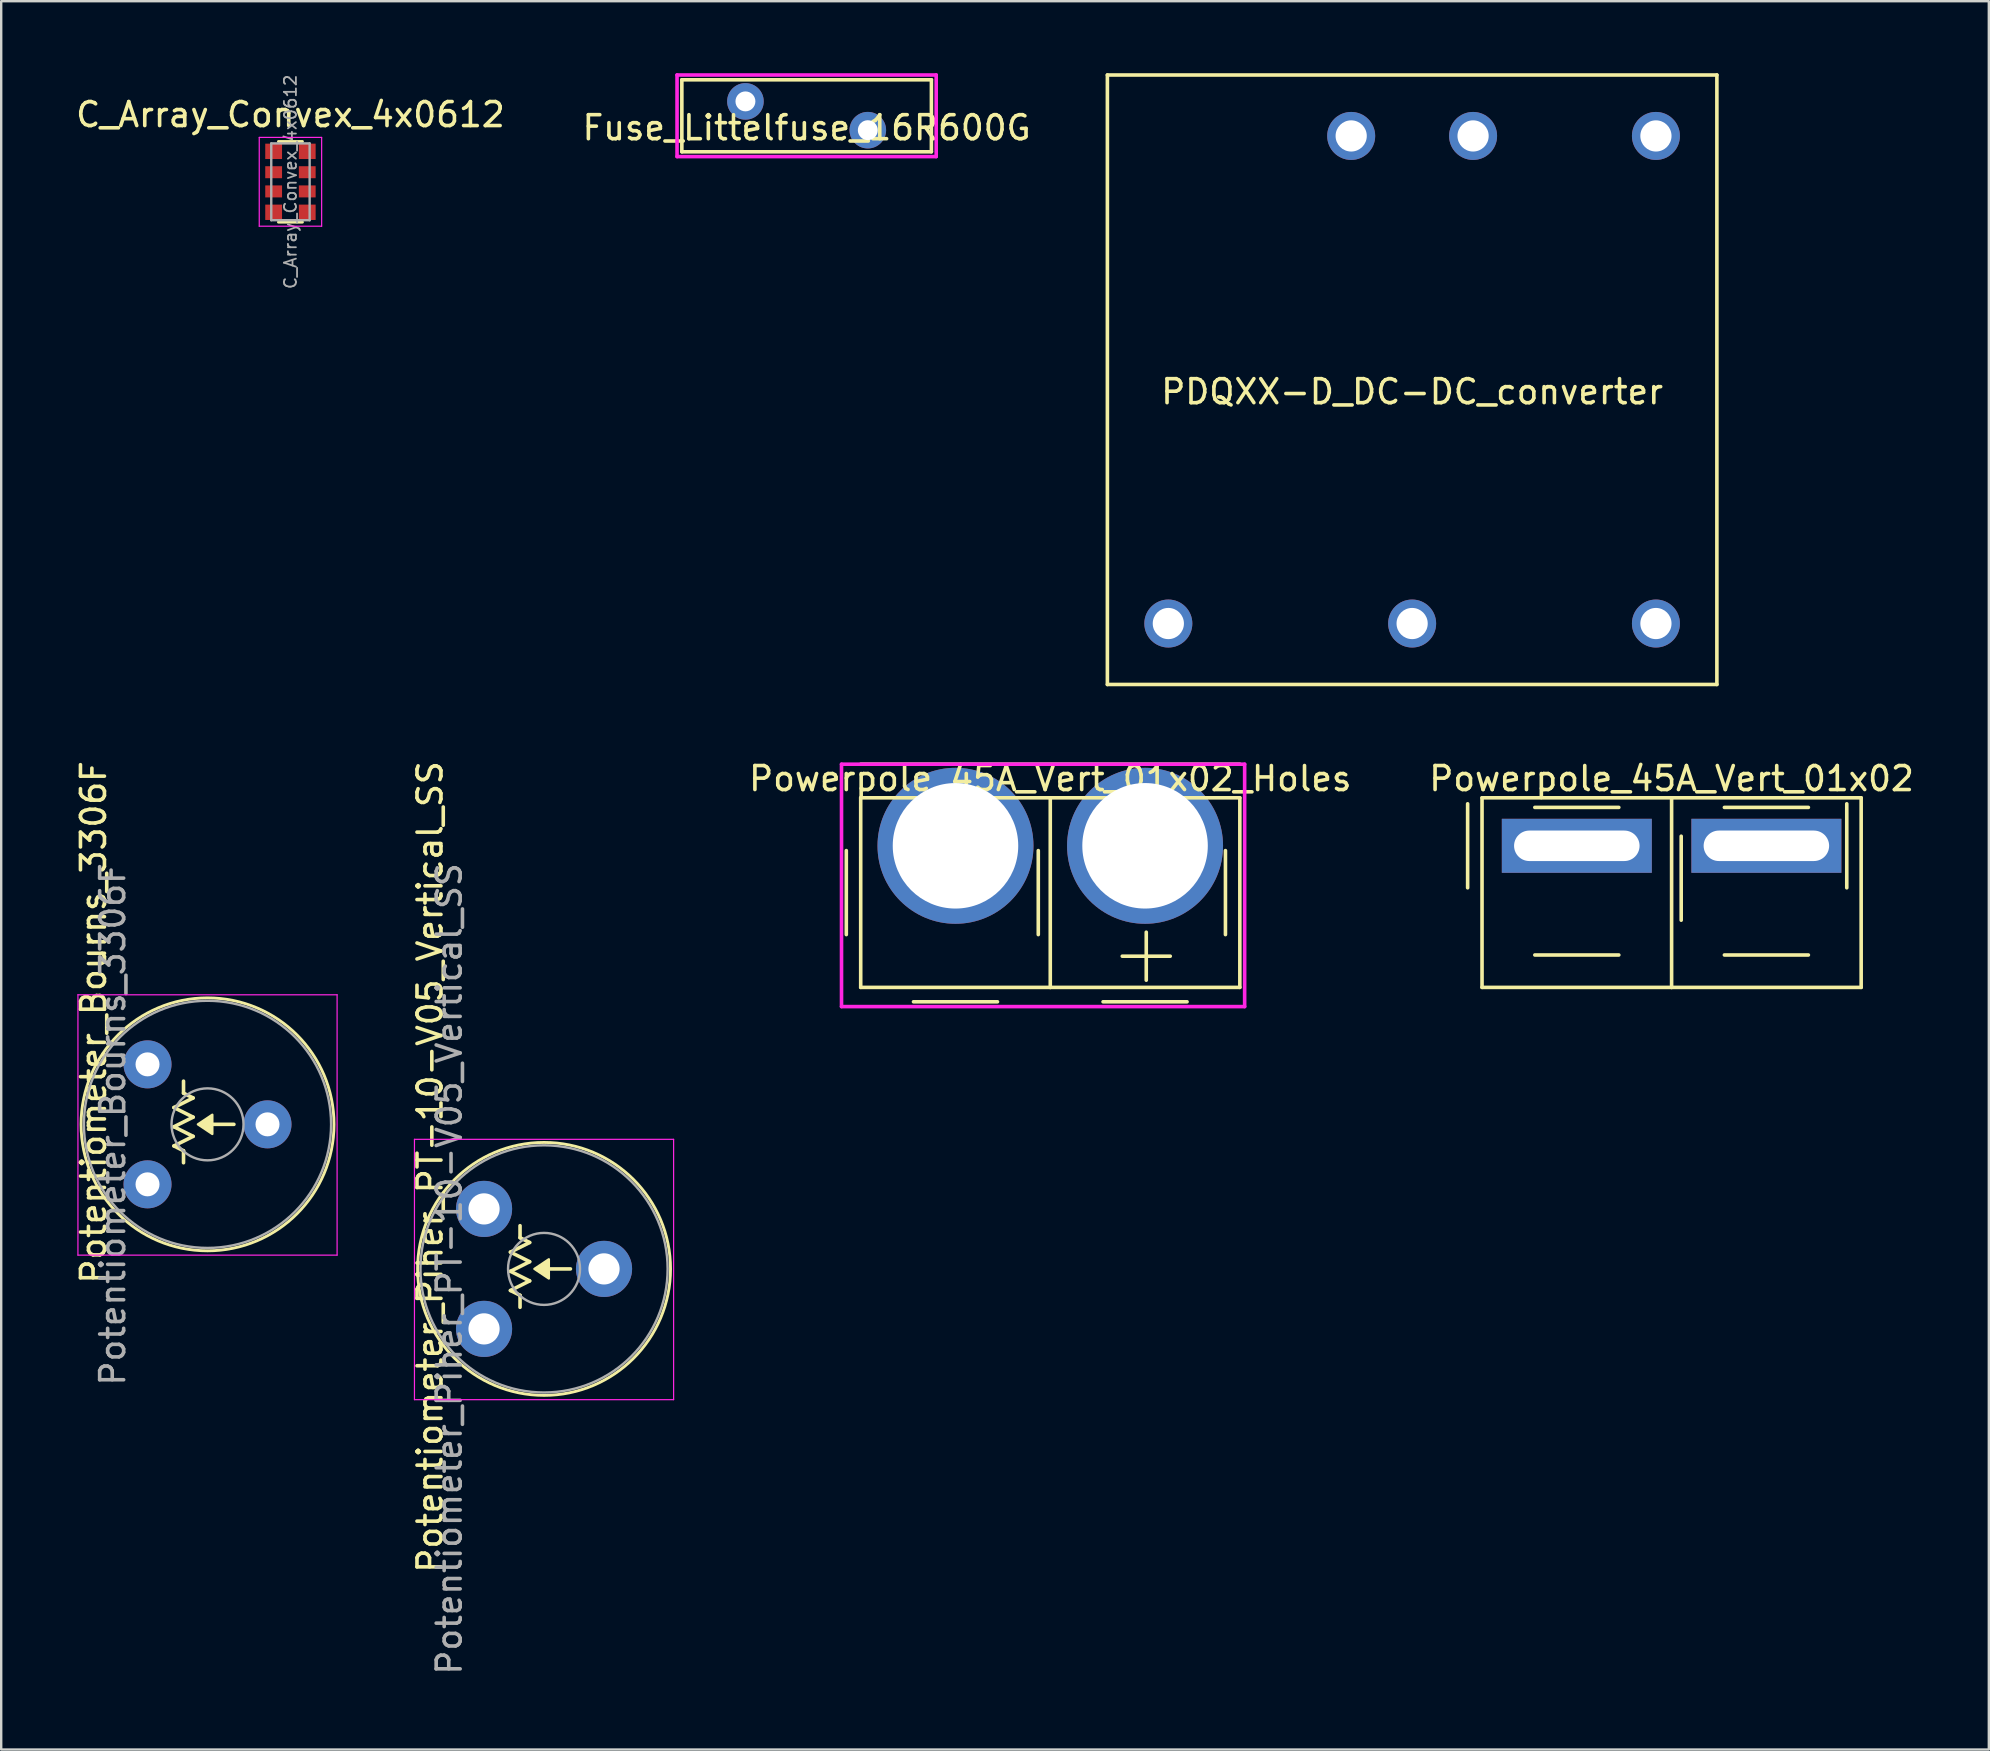
<source format=kicad_pcb>
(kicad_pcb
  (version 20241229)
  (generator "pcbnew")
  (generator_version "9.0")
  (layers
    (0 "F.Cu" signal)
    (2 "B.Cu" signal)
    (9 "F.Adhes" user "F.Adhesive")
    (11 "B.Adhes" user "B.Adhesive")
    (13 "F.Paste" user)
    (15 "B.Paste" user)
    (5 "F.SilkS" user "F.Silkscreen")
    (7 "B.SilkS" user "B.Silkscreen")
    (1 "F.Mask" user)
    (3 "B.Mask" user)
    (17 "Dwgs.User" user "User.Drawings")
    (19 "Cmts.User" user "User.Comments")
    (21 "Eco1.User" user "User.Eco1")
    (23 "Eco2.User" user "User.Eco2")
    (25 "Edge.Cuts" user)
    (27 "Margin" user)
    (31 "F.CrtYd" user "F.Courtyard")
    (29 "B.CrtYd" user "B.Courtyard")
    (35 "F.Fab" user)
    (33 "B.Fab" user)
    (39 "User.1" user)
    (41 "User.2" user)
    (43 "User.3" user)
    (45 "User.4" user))
  (footprint "PDQXX-D_DC-DC_converter"
    (layer "F.Cu")
    (at 55.799 12.775)
    (property "Reference" "PDQXX-D_DC-DC_converter" (at 0 0.5 0) (layer "F.SilkS") (effects (font (size 1 1) (thickness 0.15))))
    (attr through_hole)
    (fp_line (start -12.7 -12.7) (end 12.7 -12.7) (stroke (width 0.15) (type solid)) (layer "F.SilkS"))
    (fp_line (start -12.7 12.7) (end -12.7 -12.7) (stroke (width 0.15) (type solid)) (layer "F.SilkS"))
    (fp_line (start 12.7 -12.7) (end 12.7 12.7) (stroke (width 0.15) (type solid)) (layer "F.SilkS"))
    (fp_line (start 12.7 12.7) (end -12.7 12.7) (stroke (width 0.15) (type solid)) (layer "F.SilkS"))
    (pad "1" thru_hole circle (at -2.54 -10.16) (size 2 2) (drill 1.3) (layers "*.Cu" "*.Mask"))
    (pad "2" thru_hole circle (at 2.54 -10.16) (size 2 2) (drill 1.3) (layers "*.Cu" "*.Mask"))
    (pad "3" thru_hole circle (at -10.16 10.16) (size 2 2) (drill 1.3) (layers "*.Cu" "*.Mask"))
    (pad "4" thru_hole circle (at 0 10.16) (size 2 2) (drill 1.3) (layers "*.Cu" "*.Mask"))
    (pad "5" thru_hole circle (at 10.16 10.16) (size 2 2) (drill 1.3) (layers "*.Cu" "*.Mask"))
    (pad "6" thru_hole circle (at 10.16 -10.16) (size 2 2) (drill 1.3) (layers "*.Cu" "*.Mask")))
  (footprint "Powerpole_45A_Vert_01x02_Holes"
    (layer "F.Cu")
    (at 40.719 32.198)
    (property "Reference" "Powerpole_45A_Vert_01x02_Holes" (at 0 -2.8 0) (layer "F.SilkS") (effects (font (size 1 1) (thickness 0.15))))
    (attr through_hole)
    (fp_line (start -8.5 0.2) (end -8.5 3.7) (stroke (width 0.15) (type solid)) (layer "F.SilkS"))
    (fp_line (start -7.9 -3.4) (end 7.9 -3.4) (stroke (width 0.15) (type solid)) (layer "F.SilkS"))
    (fp_line (start -7.9 -2) (end -7.9 5.9) (stroke (width 0.15) (type solid)) (layer "F.SilkS"))
    (fp_line (start -7.9 -2) (end 0 -2) (stroke (width 0.15) (type solid)) (layer "F.SilkS"))
    (fp_line (start -7.9 5.9) (end 0 5.9) (stroke (width 0.15) (type solid)) (layer "F.SilkS"))
    (fp_line (start -5.7 -1.6) (end -2.2 -1.6) (stroke (width 0.15) (type solid)) (layer "F.SilkS"))
    (fp_line (start -5.7 6.5) (end -2.2 6.5) (stroke (width 0.15) (type solid)) (layer "F.SilkS"))
    (fp_line (start -0.5 0.2) (end -0.5 3.7) (stroke (width 0.15) (type solid)) (layer "F.SilkS"))
    (fp_line (start 0 -2) (end 0 5.9) (stroke (width 0.15) (type solid)) (layer "F.SilkS"))
    (fp_line (start 0 -2) (end 7.9 -2) (stroke (width 0.15) (type solid)) (layer "F.SilkS"))
    (fp_line (start 0 5.9) (end 7.9 5.9) (stroke (width 0.15) (type solid)) (layer "F.SilkS"))
    (fp_line (start 2.2 -1.6) (end 5.7 -1.6) (stroke (width 0.15) (type solid)) (layer "F.SilkS"))
    (fp_line (start 2.2 6.5) (end 5.7 6.5) (stroke (width 0.15) (type solid)) (layer "F.SilkS"))
    (fp_line (start 3 4.6) (end 5 4.6) (stroke (width 0.15) (type solid)) (layer "F.SilkS"))
    (fp_line (start 4 3.6) (end 4 5.6) (stroke (width 0.15) (type solid)) (layer "F.SilkS"))
    (fp_line (start 7.3 0.2) (end 7.3 3.7) (stroke (width 0.15) (type solid)) (layer "F.SilkS"))
    (fp_line (start 7.9 -2) (end 7.9 5.9) (stroke (width 0.15) (type solid)) (layer "F.SilkS"))
    (fp_line (start -8.7 -3.4) (end 8.1 -3.4) (stroke (width 0.15) (type solid)) (layer "F.CrtYd"))
    (fp_line (start -8.7 6.7) (end -8.7 -3.4) (stroke (width 0.15) (type solid)) (layer "F.CrtYd"))
    (fp_line (start 8.1 -3.4) (end 8.1 6.7) (stroke (width 0.15) (type solid)) (layer "F.CrtYd"))
    (fp_line (start 8.1 6.7) (end -8.7 6.7) (stroke (width 0.15) (type solid)) (layer "F.CrtYd"))
    (pad "1" thru_hole circle (at -3.95 0) (size 6.5 6.5) (drill 5.23) (layers "*.Cu" "*.Mask"))
    (pad "2" thru_hole circle (at 3.95 0) (size 6.5 6.5) (drill 5.23) (layers "*.Cu" "*.Mask")))
  (footprint "C_Array_Convex_4x0612"
    (layer "F.Cu")
    (at 9.054 4.527)
    (property "Reference" "C_Array_Convex_4x0612" (at 0 -2.8 0) (layer "F.SilkS") (effects (font (size 1 1) (thickness 0.15))))
    (attr smd)
    (fp_line (start 0.5 -1.68) (end -0.5 -1.68) (stroke (width 0.12) (type solid)) (layer "F.SilkS"))
    (fp_line (start 0.5 1.68) (end -0.5 1.68) (stroke (width 0.12) (type solid)) (layer "F.SilkS"))
    (fp_line (start -1.3 -1.85) (end -1.3 1.85) (stroke (width 0.05) (type solid)) (layer "F.CrtYd"))
    (fp_line (start -1.3 -1.85) (end 1.3 -1.85) (stroke (width 0.05) (type solid)) (layer "F.CrtYd"))
    (fp_line (start 1.3 1.85) (end -1.3 1.85) (stroke (width 0.05) (type solid)) (layer "F.CrtYd"))
    (fp_line (start 1.3 1.85) (end 1.3 -1.85) (stroke (width 0.05) (type solid)) (layer "F.CrtYd"))
    (fp_line (start -0.8 -1.6) (end 0.8 -1.6) (stroke (width 0.1) (type solid)) (layer "F.Fab"))
    (fp_line (start -0.8 1.6) (end -0.8 -1.6) (stroke (width 0.1) (type solid)) (layer "F.Fab"))
    (fp_line (start 0.8 -1.6) (end 0.8 1.6) (stroke (width 0.1) (type solid)) (layer "F.Fab"))
    (fp_line (start 0.8 1.6) (end -0.8 1.6) (stroke (width 0.1) (type solid)) (layer "F.Fab"))
    (fp_text user "${REFERENCE}" (at 0 0 90) (layer "F.Fab") (effects (font (size 0.5 0.5) (thickness 0.075))))
    (pad "1" smd rect (at -0.7 -1.27) (size 0.7 0.64) (layers "F.Cu" "F.Mask" "F.Paste"))
    (pad "2" smd rect (at -0.7 -0.4) (size 0.7 0.5) (layers "F.Cu" "F.Mask" "F.Paste"))
    (pad "3" smd rect (at -0.7 0.4) (size 0.7 0.5) (layers "F.Cu" "F.Mask" "F.Paste"))
    (pad "4" smd rect (at -0.7 1.27) (size 0.7 0.64) (layers "F.Cu" "F.Mask" "F.Paste"))
    (pad "5" smd rect (at 0.7 1.27) (size 0.7 0.64) (layers "F.Cu" "F.Mask" "F.Paste"))
    (pad "6" smd rect (at 0.7 0.4) (size 0.7 0.5) (layers "F.Cu" "F.Mask" "F.Paste"))
    (pad "7" smd rect (at 0.7 -0.4) (size 0.7 0.5) (layers "F.Cu" "F.Mask" "F.Paste"))
    (pad "8" smd rect (at 0.7 -1.27) (size 0.7 0.64) (layers "F.Cu" "F.Mask" "F.Paste")))
  (footprint "Powerpole_45A_Vert_01x02"
    (layer "F.Cu")
    (at 66.612 32.198)
    (property "Reference" "Powerpole_45A_Vert_01x02" (at 0 -2.8 0) (layer "F.SilkS") (effects (font (size 1 1) (thickness 0.15))))
    (attr through_hole)
    (fp_line (start -8.5 -1.75) (end -8.5 1.75) (stroke (width 0.15) (type solid)) (layer "F.SilkS"))
    (fp_line (start -7.9 -2) (end -7.9 5.9) (stroke (width 0.15) (type solid)) (layer "F.SilkS"))
    (fp_line (start -7.9 -2) (end 0 -2) (stroke (width 0.15) (type solid)) (layer "F.SilkS"))
    (fp_line (start -7.9 5.9) (end 0 5.9) (stroke (width 0.15) (type solid)) (layer "F.SilkS"))
    (fp_line (start -5.7 -1.6) (end -2.2 -1.6) (stroke (width 0.15) (type solid)) (layer "F.SilkS"))
    (fp_line (start -5.7 4.55) (end -2.2 4.55) (stroke (width 0.15) (type solid)) (layer "F.SilkS"))
    (fp_line (start 0 -2) (end 0 5.9) (stroke (width 0.15) (type solid)) (layer "F.SilkS"))
    (fp_line (start 0 -2) (end 7.9 -2) (stroke (width 0.15) (type solid)) (layer "F.SilkS"))
    (fp_line (start 0 5.9) (end 7.9 5.9) (stroke (width 0.15) (type solid)) (layer "F.SilkS"))
    (fp_line (start 0.4 -0.4) (end 0.4 3.1) (stroke (width 0.15) (type solid)) (layer "F.SilkS"))
    (fp_line (start 2.2 -1.6) (end 5.7 -1.6) (stroke (width 0.15) (type solid)) (layer "F.SilkS"))
    (fp_line (start 2.2 4.55) (end 5.7 4.55) (stroke (width 0.15) (type solid)) (layer "F.SilkS"))
    (fp_line (start 7.3 -1.75) (end 7.3 1.75) (stroke (width 0.15) (type solid)) (layer "F.SilkS"))
    (fp_line (start 7.9 -2) (end 7.9 5.9) (stroke (width 0.15) (type solid)) (layer "F.SilkS"))
    (pad "1" thru_hole rect (at -3.95 0) (size 6.25 2.25) (drill oval 5.23 1.27) (layers "*.Cu" "*.Mask"))
    (pad "2" thru_hole rect (at 3.95 0) (size 6.25 2.25) (drill oval 5.23 1.27) (layers "*.Cu" "*.Mask")))
  (footprint "Fuse_Littelfuse_16R600G"
    (layer "F.Cu")
    (at 30.565 1.775)
    (property "Reference" "Fuse_Littelfuse_16R600G" (at 0 0.5 0) (layer "F.SilkS") (effects (font (size 1 1) (thickness 0.15))))
    (attr through_hole)
    (fp_line (start -5.2 -1.5) (end -5.2 1.5) (stroke (width 0.15) (type solid)) (layer "F.SilkS"))
    (fp_line (start -5.2 -1.5) (end 5.2 -1.5) (stroke (width 0.15) (type solid)) (layer "F.SilkS"))
    (fp_line (start -5.2 1.5) (end 5.2 1.5) (stroke (width 0.15) (type solid)) (layer "F.SilkS"))
    (fp_line (start 5.2 -1.5) (end 5.2 1.5) (stroke (width 0.15) (type solid)) (layer "F.SilkS"))
    (fp_line (start -5.4 -1.7) (end -5.4 1.7) (stroke (width 0.15) (type solid)) (layer "F.CrtYd"))
    (fp_line (start -5.4 -1.7) (end 5.4 -1.7) (stroke (width 0.15) (type solid)) (layer "F.CrtYd"))
    (fp_line (start -5.4 1.7) (end 5.4 1.7) (stroke (width 0.15) (type solid)) (layer "F.CrtYd"))
    (fp_line (start 5.4 -1.7) (end 5.4 1.7) (stroke (width 0.15) (type solid)) (layer "F.CrtYd"))
    (pad "1" thru_hole circle (at -2.55 -0.6) (size 1.524 1.524) (drill 0.83) (layers "*.Cu" "*.Mask"))
    (pad "2" thru_hole circle (at 2.55 0.6) (size 1.524 1.524) (drill 0.83) (layers "*.Cu" "*.Mask")))
  (footprint "Potentiometer_Piher_PT-10-V05_Vertical_SS"
    (layer "F.Cu")
    (at 17.122 52.33)
    (property "Reference" "Potentiometer_Piher_PT-10-V05_Vertical_SS" (at -2.25 -6.75 90) (layer "F.SilkS") (effects (font (size 1 1) (thickness 0.15))))
    (attr through_hole)
    (fp_line (start 1.1 -3.2) (end 1.9 -2.8) (stroke (width 0.15) (type solid)) (layer "F.SilkS"))
    (fp_line (start 1.1 -2.4) (end 1.9 -2) (stroke (width 0.15) (type solid)) (layer "F.SilkS"))
    (fp_line (start 1.1 -1.6) (end 1.5 -1.4) (stroke (width 0.15) (type solid)) (layer "F.SilkS"))
    (fp_line (start 1.5 -4.3) (end 1.5 -3.8) (stroke (width 0.15) (type solid)) (layer "F.SilkS"))
    (fp_line (start 1.5 -3.8) (end 1.9 -3.6) (stroke (width 0.15) (type solid)) (layer "F.SilkS"))
    (fp_line (start 1.5 -1.4) (end 1.5 -0.9) (stroke (width 0.15) (type solid)) (layer "F.SilkS"))
    (fp_line (start 1.9 -3.6) (end 1.1 -3.2) (stroke (width 0.15) (type solid)) (layer "F.SilkS"))
    (fp_line (start 1.9 -2.8) (end 1.1 -2.4) (stroke (width 0.15) (type solid)) (layer "F.SilkS"))
    (fp_line (start 1.9 -2) (end 1.1 -1.6) (stroke (width 0.15) (type solid)) (layer "F.SilkS"))
    (fp_line (start 2.7 -2.5) (end 3.6 -2.5) (stroke (width 0.15) (type solid)) (layer "F.SilkS"))
    (fp_circle (center 2.501 -2.5) (end 7.771 -2.5) (stroke (width 0.12) (type solid)) (fill no) (layer "F.SilkS"))
    (fp_poly (pts (xy 2.1 -2.5) (xy 2.7 -2.9) (xy 2.7 -2.1)) (stroke (width 0.1) (type solid)) (fill yes) (layer "F.SilkS"))
    (fp_line (start -2.9 -7.9) (end -2.9 2.95) (stroke (width 0.05) (type solid)) (layer "F.CrtYd"))
    (fp_line (start -2.9 2.95) (end 7.9 2.95) (stroke (width 0.05) (type solid)) (layer "F.CrtYd"))
    (fp_line (start 7.9 -7.9) (end -2.9 -7.9) (stroke (width 0.05) (type solid)) (layer "F.CrtYd"))
    (fp_line (start 7.9 2.95) (end 7.9 -7.9) (stroke (width 0.05) (type solid)) (layer "F.CrtYd"))
    (fp_circle (center 2.5 -2.5) (end 4 -2.5) (stroke (width 0.1) (type solid)) (fill no) (layer "F.Fab"))
    (fp_circle (center 2.5 -2.5) (end 7.65 -2.5) (stroke (width 0.1) (type solid)) (fill no) (layer "F.Fab"))
    (fp_text user "${REFERENCE}" (at -1.45 -2.5 270) (layer "F.Fab") (effects (font (size 1 1) (thickness 0.15))))
    (pad "1" thru_hole circle (at 0 0) (size 2.34 2.34) (drill 1.3) (layers "*.Cu" "*.Mask"))
    (pad "2" thru_hole circle (at 5 -2.5) (size 2.34 2.34) (drill 1.3) (layers "*.Cu" "*.Mask"))
    (pad "3" thru_hole circle (at 0 -5) (size 2.34 2.34) (drill 1.3) (layers "*.Cu" "*.Mask")))
  (footprint "Potentiometer_Bourns_3306F"
    (layer "F.Cu")
    (at 3.098 46.306)
    (property "Reference" "Potentiometer_Bourns_3306F" (at -2.25 -6.75 90) (layer "F.SilkS") (effects (font (size 1 1) (thickness 0.15))))
    (attr through_hole)
    (fp_line (start 1.1 -3.2) (end 1.9 -2.8) (stroke (width 0.15) (type solid)) (layer "F.SilkS"))
    (fp_line (start 1.1 -2.4) (end 1.9 -2) (stroke (width 0.15) (type solid)) (layer "F.SilkS"))
    (fp_line (start 1.1 -1.6) (end 1.5 -1.4) (stroke (width 0.15) (type solid)) (layer "F.SilkS"))
    (fp_line (start 1.5 -4.3) (end 1.5 -3.8) (stroke (width 0.15) (type solid)) (layer "F.SilkS"))
    (fp_line (start 1.5 -3.8) (end 1.9 -3.6) (stroke (width 0.15) (type solid)) (layer "F.SilkS"))
    (fp_line (start 1.5 -1.4) (end 1.5 -0.9) (stroke (width 0.15) (type solid)) (layer "F.SilkS"))
    (fp_line (start 1.9 -3.6) (end 1.1 -3.2) (stroke (width 0.15) (type solid)) (layer "F.SilkS"))
    (fp_line (start 1.9 -2.8) (end 1.1 -2.4) (stroke (width 0.15) (type solid)) (layer "F.SilkS"))
    (fp_line (start 1.9 -2) (end 1.1 -1.6) (stroke (width 0.15) (type solid)) (layer "F.SilkS"))
    (fp_line (start 2.7 -2.5) (end 3.6 -2.5) (stroke (width 0.15) (type solid)) (layer "F.SilkS"))
    (fp_circle (center 2.501 -2.5) (end 7.771 -2.5) (stroke (width 0.12) (type solid)) (fill no) (layer "F.SilkS"))
    (fp_poly (pts (xy 2.1 -2.5) (xy 2.7 -2.9) (xy 2.7 -2.1)) (stroke (width 0.1) (type solid)) (fill yes) (layer "F.SilkS"))
    (fp_line (start -2.9 -7.9) (end -2.9 2.95) (stroke (width 0.05) (type solid)) (layer "F.CrtYd"))
    (fp_line (start -2.9 2.95) (end 7.9 2.95) (stroke (width 0.05) (type solid)) (layer "F.CrtYd"))
    (fp_line (start 7.9 -7.9) (end -2.9 -7.9) (stroke (width 0.05) (type solid)) (layer "F.CrtYd"))
    (fp_line (start 7.9 2.95) (end 7.9 -7.9) (stroke (width 0.05) (type solid)) (layer "F.CrtYd"))
    (fp_circle (center 2.5 -2.5) (end 4 -2.5) (stroke (width 0.1) (type solid)) (fill no) (layer "F.Fab"))
    (fp_circle (center 2.5 -2.5) (end 7.65 -2.5) (stroke (width 0.1) (type solid)) (fill no) (layer "F.Fab"))
    (fp_text user "${REFERENCE}" (at -1.45 -2.5 270) (layer "F.Fab") (effects (font (size 1 1) (thickness 0.15))))
    (pad "1" thru_hole circle (at 0 0) (size 2 2) (drill 1) (layers "*.Cu" "*.Mask"))
    (pad "2" thru_hole circle (at 5 -2.5) (size 2 2) (drill 1) (layers "*.Cu" "*.Mask"))
    (pad "3" thru_hole circle (at 0 -5) (size 2 2) (drill 1) (layers "*.Cu" "*.Mask")))
  (gr_rect
    (start -3 -3)
    (end 79.832 69.86)
    (stroke (width 0.1) (type default))
    (fill no)
    (layer "Edge.Cuts")))
</source>
